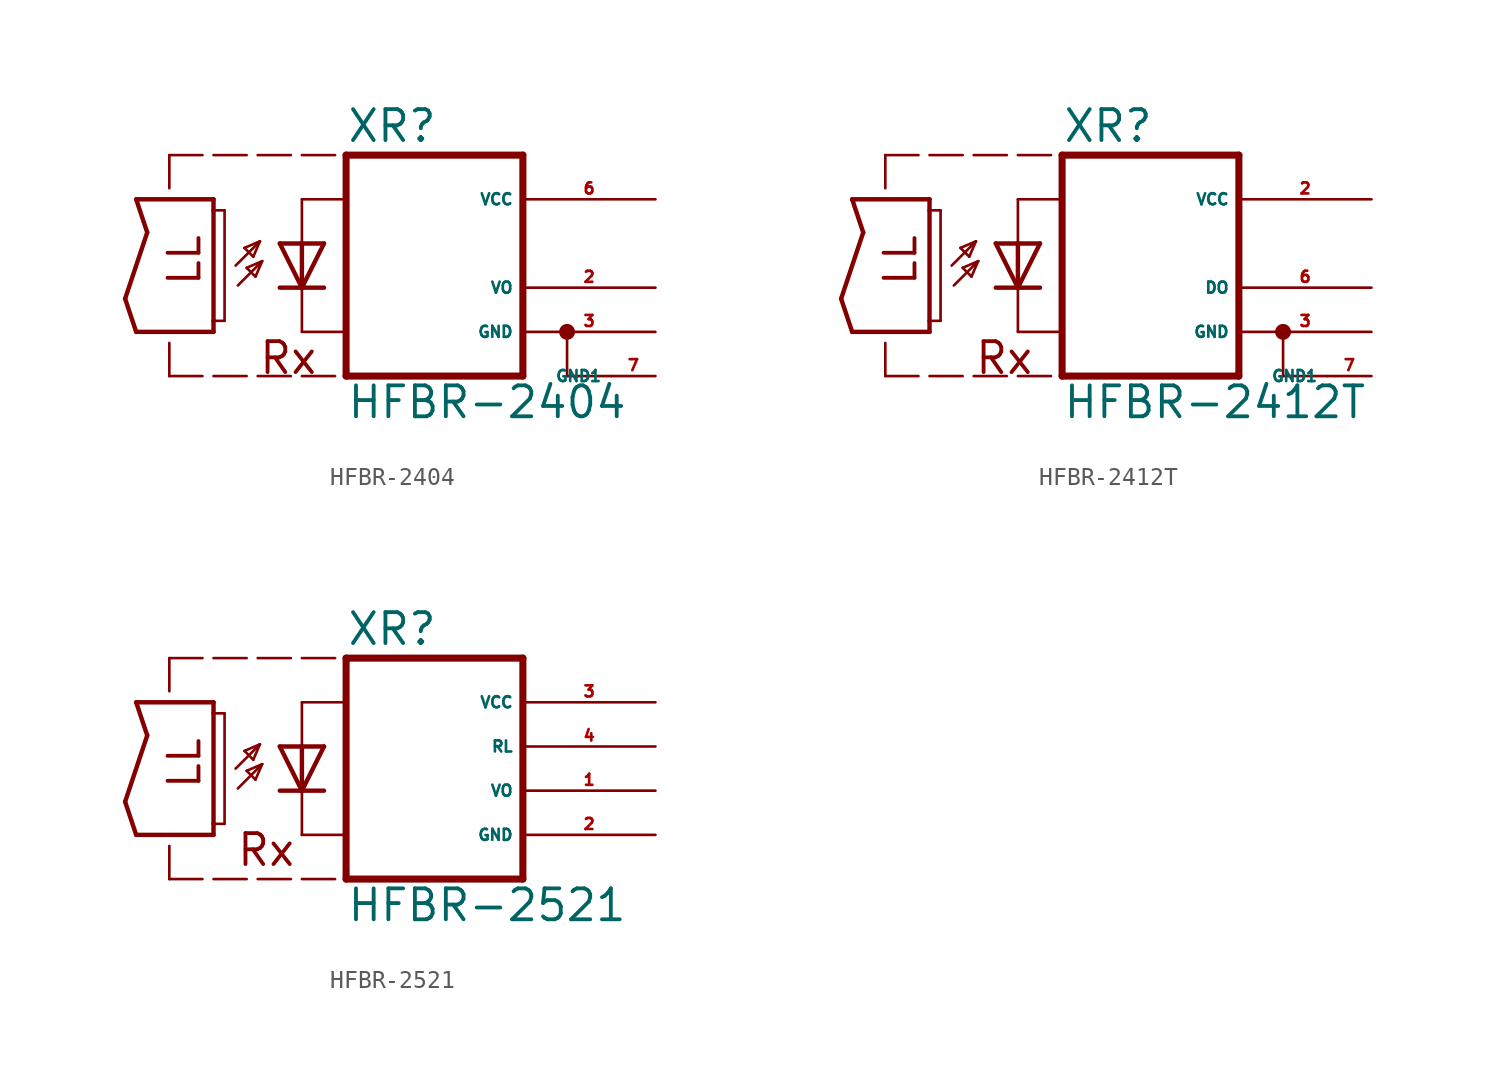
<source format=kicad_sym>
(kicad_symbol_lib
  (version 20220914)
  (generator Eagle2Kicad)
  (symbol "HFBR-2404"
    (property "Reference" "XR"
      (at 2.54 8.255 0)
      (effects (font (size 1.778 1.778) (thickness 0.22)) (justify left bottom)))
    (property "Value" "HFBR-2404"
      (at 2.54 -7.62 0)
      (effects (font (size 1.778 1.778) (thickness 0.22)) (justify left bottom)))
    (polyline
      (pts (xy 1.27 2.54) (xy 0 0))
      (stroke (width 0.254) (type default))
      (fill (type none)))
    (polyline
      (pts (xy 0 0) (xy -1.27 2.54))
      (stroke (width 0.254) (type default))
      (fill (type none)))
    (polyline
      (pts (xy 1.27 0) (xy 0 0))
      (stroke (width 0.254) (type default))
      (fill (type none)))
    (polyline
      (pts (xy 0 0) (xy -1.27 0))
      (stroke (width 0.254) (type default))
      (fill (type none)))
    (polyline
      (pts (xy 1.27 2.54) (xy 0 2.54))
      (stroke (width 0.254) (type default))
      (fill (type none)))
    (polyline
      (pts (xy 0 5.08) (xy 0 2.54))
      (stroke (width 0.152) (type default))
      (fill (type none)))
    (polyline
      (pts (xy 0 2.54) (xy -1.27 2.54))
      (stroke (width 0.254) (type default))
      (fill (type none)))
    (polyline
      (pts (xy 0 2.54) (xy 0 0))
      (stroke (width 0.254) (type default))
      (fill (type none)))
    (polyline
      (pts (xy -3.683 0.127) (xy -2.286 1.524))
      (stroke (width 0.152) (type default))
      (fill (type none)))
    (polyline
      (pts (xy -2.286 1.524) (xy -3.175 1.143))
      (stroke (width 0.152) (type default))
      (fill (type none)))
    (polyline
      (pts (xy -3.175 1.143) (xy -2.667 0.635))
      (stroke (width 0.152) (type default))
      (fill (type none)))
    (polyline
      (pts (xy -2.667 0.635) (xy -2.286 1.524))
      (stroke (width 0.152) (type default))
      (fill (type none)))
    (polyline
      (pts (xy -2.413 2.667) (xy -3.302 2.286))
      (stroke (width 0.152) (type default))
      (fill (type none)))
    (polyline
      (pts (xy -3.302 2.286) (xy -2.794 1.778))
      (stroke (width 0.152) (type default))
      (fill (type none)))
    (polyline
      (pts (xy -2.794 1.778) (xy -2.413 2.667))
      (stroke (width 0.152) (type default))
      (fill (type none)))
    (polyline
      (pts (xy -3.81 1.27) (xy -2.413 2.667))
      (stroke (width 0.152) (type default))
      (fill (type none)))
    (polyline
      (pts (xy -9.525 5.08) (xy -5.08 5.08))
      (stroke (width 0.254) (type default))
      (fill (type none)))
    (polyline
      (pts (xy -5.08 5.08) (xy -5.08 4.445))
      (stroke (width 0.254) (type default))
      (fill (type none)))
    (polyline
      (pts (xy -5.08 -2.54) (xy -9.525 -2.54))
      (stroke (width 0.254) (type default))
      (fill (type none)))
    (polyline
      (pts (xy -9.525 -2.54) (xy -10.16 -0.635))
      (stroke (width 0.254) (type default))
      (fill (type none)))
    (polyline
      (pts (xy -10.16 -0.635) (xy -8.89 3.175))
      (stroke (width 0.254) (type default))
      (fill (type none)))
    (polyline
      (pts (xy -8.89 3.175) (xy -9.525 5.08))
      (stroke (width 0.254) (type default))
      (fill (type none)))
    (polyline
      (pts (xy 0 0) (xy 0 -2.54))
      (stroke (width 0.152) (type default))
      (fill (type none)))
    (polyline
      (pts (xy 0 -2.54) (xy 2.54 -2.54))
      (stroke (width 0.152) (type default))
      (fill (type none)))
    (polyline
      (pts (xy 0 5.08) (xy 2.54 5.08))
      (stroke (width 0.152) (type default))
      (fill (type none)))
    (polyline
      (pts (xy 2.54 7.62) (xy 2.54 -5.08))
      (stroke (width 0.406) (type default))
      (fill (type none)))
    (polyline
      (pts (xy 2.54 -5.08) (xy 12.7 -5.08))
      (stroke (width 0.406) (type default))
      (fill (type none)))
    (polyline
      (pts (xy 12.7 -5.08) (xy 12.7 7.62))
      (stroke (width 0.406) (type default))
      (fill (type none)))
    (polyline
      (pts (xy 12.7 7.62) (xy 2.54 7.62))
      (stroke (width 0.406) (type default))
      (fill (type none)))
    (polyline
      (pts (xy 17.78 -5.08) (xy 15.24 -5.08))
      (stroke (width 0.152) (type default))
      (fill (type none)))
    (polyline
      (pts (xy 15.24 -5.08) (xy 15.24 -2.54))
      (stroke (width 0.152) (type default))
      (fill (type none)))
    (polyline
      (pts (xy -5.08 4.445) (xy -4.445 4.445))
      (stroke (width 0.152) (type default))
      (fill (type none)))
    (polyline
      (pts (xy -5.08 4.445) (xy -5.08 -1.905))
      (stroke (width 0.254) (type default))
      (fill (type none)))
    (polyline
      (pts (xy -4.445 4.445) (xy -4.445 -1.905))
      (stroke (width 0.152) (type default))
      (fill (type none)))
    (polyline
      (pts (xy -4.445 -1.905) (xy -5.08 -1.905))
      (stroke (width 0.152) (type default))
      (fill (type none)))
    (polyline
      (pts (xy -5.08 -1.905) (xy -5.08 -2.54))
      (stroke (width 0.254) (type default))
      (fill (type none)))
    (polyline
      (pts (xy -7.62 5.715) (xy -7.62 7.62))
      (stroke (width 0.152) (type default))
      (fill (type none)))
    (polyline
      (pts (xy -7.62 7.62) (xy -5.715 7.62))
      (stroke (width 0.152) (type default))
      (fill (type none)))
    (polyline
      (pts (xy -5.08 7.62) (xy -3.175 7.62))
      (stroke (width 0.152) (type default))
      (fill (type none)))
    (polyline
      (pts (xy -2.54 7.62) (xy -0.635 7.62))
      (stroke (width 0.152) (type default))
      (fill (type none)))
    (polyline
      (pts (xy 0 7.62) (xy 1.905 7.62))
      (stroke (width 0.152) (type default))
      (fill (type none)))
    (polyline
      (pts (xy -7.62 -3.175) (xy -7.62 -5.08))
      (stroke (width 0.152) (type default))
      (fill (type none)))
    (polyline
      (pts (xy -7.62 -5.08) (xy -5.715 -5.08))
      (stroke (width 0.152) (type default))
      (fill (type none)))
    (polyline
      (pts (xy -5.08 -5.08) (xy -3.175 -5.08))
      (stroke (width 0.152) (type default))
      (fill (type none)))
    (polyline
      (pts (xy -2.54 -5.08) (xy -0.635 -5.08))
      (stroke (width 0.152) (type default))
      (fill (type none)))
    (polyline
      (pts (xy 0 -5.08) (xy 1.905 -5.08))
      (stroke (width 0.152) (type default))
      (fill (type none)))
    (text "LL"
      (at -5.715 0 900)
      (effects (font (size 1.778 1.778) (thickness 0.22)) (justify left bottom)))
    (text "Rx"
      (at -2.54 -5.08 0)
      (effects (font (size 1.778 1.778) (thickness 0.22)) (justify left bottom)))
    (circle
      (center 15.24 -2.54)
      (radius 0.254)
      (stroke (width 0.406) (type default))
      (fill (type none)))
    (pin unspecified line
      (at 20.32 5.08 180)
      (length 7.62)
      (name "VCC" (effects (font (size 0.635 0.635) (thickness 0.08)) (justify left bottom)))
      (number "6" (effects (font (size 0.635 0.635) (thickness 0.08)) (justify left bottom))))
    (pin passive line
      (at 20.32 0 180)
      (length 7.62)
      (name "VO" (effects (font (size 0.635 0.635) (thickness 0.08)) (justify left bottom)))
      (number "2" (effects (font (size 0.635 0.635) (thickness 0.08)) (justify left bottom))))
    (pin unspecified line
      (at 20.32 -2.54 180)
      (length 7.62)
      (name "GND" (effects (font (size 0.635 0.635) (thickness 0.08)) (justify left bottom)))
      (number "3" (effects (font (size 0.635 0.635) (thickness 0.08)) (justify left bottom))))
    (pin unspecified line
      (at 20.32 -5.08 180)
      (length 2.54)
      (name "GND1" (effects (font (size 0.635 0.635) (thickness 0.08)) (justify left bottom)))
      (number "7" (effects (font (size 0.635 0.635) (thickness 0.08)) (justify left bottom)))))
  (symbol "HFBR-2412T"
    (property "Reference" "XR"
      (at 2.54 8.255 0)
      (effects (font (size 1.778 1.778) (thickness 0.22)) (justify left bottom)))
    (property "Value" "HFBR-2412T"
      (at 2.54 -7.62 0)
      (effects (font (size 1.778 1.778) (thickness 0.22)) (justify left bottom)))
    (polyline
      (pts (xy 1.27 2.54) (xy 0 0))
      (stroke (width 0.254) (type default))
      (fill (type none)))
    (polyline
      (pts (xy 0 0) (xy -1.27 2.54))
      (stroke (width 0.254) (type default))
      (fill (type none)))
    (polyline
      (pts (xy 1.27 0) (xy 0 0))
      (stroke (width 0.254) (type default))
      (fill (type none)))
    (polyline
      (pts (xy 0 0) (xy -1.27 0))
      (stroke (width 0.254) (type default))
      (fill (type none)))
    (polyline
      (pts (xy 1.27 2.54) (xy 0 2.54))
      (stroke (width 0.254) (type default))
      (fill (type none)))
    (polyline
      (pts (xy 0 5.08) (xy 0 2.54))
      (stroke (width 0.152) (type default))
      (fill (type none)))
    (polyline
      (pts (xy 0 2.54) (xy -1.27 2.54))
      (stroke (width 0.254) (type default))
      (fill (type none)))
    (polyline
      (pts (xy 0 2.54) (xy 0 0))
      (stroke (width 0.254) (type default))
      (fill (type none)))
    (polyline
      (pts (xy -3.683 0.127) (xy -2.286 1.524))
      (stroke (width 0.152) (type default))
      (fill (type none)))
    (polyline
      (pts (xy -2.286 1.524) (xy -3.175 1.143))
      (stroke (width 0.152) (type default))
      (fill (type none)))
    (polyline
      (pts (xy -3.175 1.143) (xy -2.667 0.635))
      (stroke (width 0.152) (type default))
      (fill (type none)))
    (polyline
      (pts (xy -2.667 0.635) (xy -2.286 1.524))
      (stroke (width 0.152) (type default))
      (fill (type none)))
    (polyline
      (pts (xy -2.413 2.667) (xy -3.302 2.286))
      (stroke (width 0.152) (type default))
      (fill (type none)))
    (polyline
      (pts (xy -3.302 2.286) (xy -2.794 1.778))
      (stroke (width 0.152) (type default))
      (fill (type none)))
    (polyline
      (pts (xy -2.794 1.778) (xy -2.413 2.667))
      (stroke (width 0.152) (type default))
      (fill (type none)))
    (polyline
      (pts (xy -3.81 1.27) (xy -2.413 2.667))
      (stroke (width 0.152) (type default))
      (fill (type none)))
    (polyline
      (pts (xy -9.525 5.08) (xy -5.08 5.08))
      (stroke (width 0.254) (type default))
      (fill (type none)))
    (polyline
      (pts (xy -5.08 5.08) (xy -5.08 4.445))
      (stroke (width 0.254) (type default))
      (fill (type none)))
    (polyline
      (pts (xy -5.08 -2.54) (xy -9.525 -2.54))
      (stroke (width 0.254) (type default))
      (fill (type none)))
    (polyline
      (pts (xy -9.525 -2.54) (xy -10.16 -0.635))
      (stroke (width 0.254) (type default))
      (fill (type none)))
    (polyline
      (pts (xy -10.16 -0.635) (xy -8.89 3.175))
      (stroke (width 0.254) (type default))
      (fill (type none)))
    (polyline
      (pts (xy -8.89 3.175) (xy -9.525 5.08))
      (stroke (width 0.254) (type default))
      (fill (type none)))
    (polyline
      (pts (xy 0 0) (xy 0 -2.54))
      (stroke (width 0.152) (type default))
      (fill (type none)))
    (polyline
      (pts (xy 0 -2.54) (xy 2.54 -2.54))
      (stroke (width 0.152) (type default))
      (fill (type none)))
    (polyline
      (pts (xy 0 5.08) (xy 2.54 5.08))
      (stroke (width 0.152) (type default))
      (fill (type none)))
    (polyline
      (pts (xy 2.54 7.62) (xy 2.54 -5.08))
      (stroke (width 0.406) (type default))
      (fill (type none)))
    (polyline
      (pts (xy 2.54 -5.08) (xy 12.7 -5.08))
      (stroke (width 0.406) (type default))
      (fill (type none)))
    (polyline
      (pts (xy 12.7 -5.08) (xy 12.7 7.62))
      (stroke (width 0.406) (type default))
      (fill (type none)))
    (polyline
      (pts (xy 12.7 7.62) (xy 2.54 7.62))
      (stroke (width 0.406) (type default))
      (fill (type none)))
    (polyline
      (pts (xy 17.78 -5.08) (xy 15.24 -5.08))
      (stroke (width 0.152) (type default))
      (fill (type none)))
    (polyline
      (pts (xy 15.24 -5.08) (xy 15.24 -2.54))
      (stroke (width 0.152) (type default))
      (fill (type none)))
    (polyline
      (pts (xy -5.08 4.445) (xy -4.445 4.445))
      (stroke (width 0.152) (type default))
      (fill (type none)))
    (polyline
      (pts (xy -5.08 4.445) (xy -5.08 -1.905))
      (stroke (width 0.254) (type default))
      (fill (type none)))
    (polyline
      (pts (xy -4.445 4.445) (xy -4.445 -1.905))
      (stroke (width 0.152) (type default))
      (fill (type none)))
    (polyline
      (pts (xy -4.445 -1.905) (xy -5.08 -1.905))
      (stroke (width 0.152) (type default))
      (fill (type none)))
    (polyline
      (pts (xy -5.08 -1.905) (xy -5.08 -2.54))
      (stroke (width 0.254) (type default))
      (fill (type none)))
    (polyline
      (pts (xy -7.62 5.715) (xy -7.62 7.62))
      (stroke (width 0.152) (type default))
      (fill (type none)))
    (polyline
      (pts (xy -7.62 7.62) (xy -5.715 7.62))
      (stroke (width 0.152) (type default))
      (fill (type none)))
    (polyline
      (pts (xy -5.08 7.62) (xy -3.175 7.62))
      (stroke (width 0.152) (type default))
      (fill (type none)))
    (polyline
      (pts (xy -2.54 7.62) (xy -0.635 7.62))
      (stroke (width 0.152) (type default))
      (fill (type none)))
    (polyline
      (pts (xy 0 7.62) (xy 1.905 7.62))
      (stroke (width 0.152) (type default))
      (fill (type none)))
    (polyline
      (pts (xy -7.62 -3.175) (xy -7.62 -5.08))
      (stroke (width 0.152) (type default))
      (fill (type none)))
    (polyline
      (pts (xy -7.62 -5.08) (xy -5.715 -5.08))
      (stroke (width 0.152) (type default))
      (fill (type none)))
    (polyline
      (pts (xy -5.08 -5.08) (xy -3.175 -5.08))
      (stroke (width 0.152) (type default))
      (fill (type none)))
    (polyline
      (pts (xy -2.54 -5.08) (xy -0.635 -5.08))
      (stroke (width 0.152) (type default))
      (fill (type none)))
    (polyline
      (pts (xy 0 -5.08) (xy 1.905 -5.08))
      (stroke (width 0.152) (type default))
      (fill (type none)))
    (text "LL"
      (at -5.715 0 900)
      (effects (font (size 1.778 1.778) (thickness 0.22)) (justify left bottom)))
    (text "Rx"
      (at -2.54 -5.08 0)
      (effects (font (size 1.778 1.778) (thickness 0.22)) (justify left bottom)))
    (circle
      (center 15.24 -2.54)
      (radius 0.254)
      (stroke (width 0.406) (type default))
      (fill (type none)))
    (pin unspecified line
      (at 20.32 5.08 180)
      (length 7.62)
      (name "VCC" (effects (font (size 0.635 0.635) (thickness 0.08)) (justify left bottom)))
      (number "2" (effects (font (size 0.635 0.635) (thickness 0.08)) (justify left bottom))))
    (pin passive line
      (at 20.32 0 180)
      (length 7.62)
      (name "DO" (effects (font (size 0.635 0.635) (thickness 0.08)) (justify left bottom)))
      (number "6" (effects (font (size 0.635 0.635) (thickness 0.08)) (justify left bottom))))
    (pin unspecified line
      (at 20.32 -2.54 180)
      (length 7.62)
      (name "GND" (effects (font (size 0.635 0.635) (thickness 0.08)) (justify left bottom)))
      (number "3" (effects (font (size 0.635 0.635) (thickness 0.08)) (justify left bottom))))
    (pin unspecified line
      (at 20.32 -5.08 180)
      (length 2.54)
      (name "GND1" (effects (font (size 0.635 0.635) (thickness 0.08)) (justify left bottom)))
      (number "7" (effects (font (size 0.635 0.635) (thickness 0.08)) (justify left bottom)))))
  (symbol "HFBR-2521"
    (property "Reference" "XR"
      (at 2.54 8.255 0)
      (effects (font (size 1.778 1.778) (thickness 0.22)) (justify left bottom)))
    (property "Value" "HFBR-2521"
      (at 2.54 -7.62 0)
      (effects (font (size 1.778 1.778) (thickness 0.22)) (justify left bottom)))
    (polyline
      (pts (xy 1.27 2.54) (xy 0 0))
      (stroke (width 0.254) (type default))
      (fill (type none)))
    (polyline
      (pts (xy 0 0) (xy -1.27 2.54))
      (stroke (width 0.254) (type default))
      (fill (type none)))
    (polyline
      (pts (xy 1.27 0) (xy 0 0))
      (stroke (width 0.254) (type default))
      (fill (type none)))
    (polyline
      (pts (xy 0 0) (xy -1.27 0))
      (stroke (width 0.254) (type default))
      (fill (type none)))
    (polyline
      (pts (xy 1.27 2.54) (xy 0 2.54))
      (stroke (width 0.254) (type default))
      (fill (type none)))
    (polyline
      (pts (xy 0 5.08) (xy 0 2.54))
      (stroke (width 0.152) (type default))
      (fill (type none)))
    (polyline
      (pts (xy 0 2.54) (xy -1.27 2.54))
      (stroke (width 0.254) (type default))
      (fill (type none)))
    (polyline
      (pts (xy 0 2.54) (xy 0 0))
      (stroke (width 0.254) (type default))
      (fill (type none)))
    (polyline
      (pts (xy -3.683 0.127) (xy -2.286 1.524))
      (stroke (width 0.152) (type default))
      (fill (type none)))
    (polyline
      (pts (xy -2.286 1.524) (xy -3.175 1.143))
      (stroke (width 0.152) (type default))
      (fill (type none)))
    (polyline
      (pts (xy -3.175 1.143) (xy -2.667 0.635))
      (stroke (width 0.152) (type default))
      (fill (type none)))
    (polyline
      (pts (xy -2.667 0.635) (xy -2.286 1.524))
      (stroke (width 0.152) (type default))
      (fill (type none)))
    (polyline
      (pts (xy -2.413 2.667) (xy -3.302 2.286))
      (stroke (width 0.152) (type default))
      (fill (type none)))
    (polyline
      (pts (xy -3.302 2.286) (xy -2.794 1.778))
      (stroke (width 0.152) (type default))
      (fill (type none)))
    (polyline
      (pts (xy -2.794 1.778) (xy -2.413 2.667))
      (stroke (width 0.152) (type default))
      (fill (type none)))
    (polyline
      (pts (xy -3.81 1.27) (xy -2.413 2.667))
      (stroke (width 0.152) (type default))
      (fill (type none)))
    (polyline
      (pts (xy -9.525 5.08) (xy -5.08 5.08))
      (stroke (width 0.254) (type default))
      (fill (type none)))
    (polyline
      (pts (xy -5.08 5.08) (xy -5.08 4.445))
      (stroke (width 0.254) (type default))
      (fill (type none)))
    (polyline
      (pts (xy -5.08 -2.54) (xy -9.525 -2.54))
      (stroke (width 0.254) (type default))
      (fill (type none)))
    (polyline
      (pts (xy -9.525 -2.54) (xy -10.16 -0.635))
      (stroke (width 0.254) (type default))
      (fill (type none)))
    (polyline
      (pts (xy -10.16 -0.635) (xy -8.89 3.175))
      (stroke (width 0.254) (type default))
      (fill (type none)))
    (polyline
      (pts (xy -8.89 3.175) (xy -9.525 5.08))
      (stroke (width 0.254) (type default))
      (fill (type none)))
    (polyline
      (pts (xy 0 0) (xy 0 -2.54))
      (stroke (width 0.152) (type default))
      (fill (type none)))
    (polyline
      (pts (xy 0 -2.54) (xy 2.54 -2.54))
      (stroke (width 0.152) (type default))
      (fill (type none)))
    (polyline
      (pts (xy 0 5.08) (xy 2.54 5.08))
      (stroke (width 0.152) (type default))
      (fill (type none)))
    (polyline
      (pts (xy 2.54 7.62) (xy 2.54 -5.08))
      (stroke (width 0.406) (type default))
      (fill (type none)))
    (polyline
      (pts (xy 2.54 -5.08) (xy 12.7 -5.08))
      (stroke (width 0.406) (type default))
      (fill (type none)))
    (polyline
      (pts (xy 12.7 -5.08) (xy 12.7 7.62))
      (stroke (width 0.406) (type default))
      (fill (type none)))
    (polyline
      (pts (xy 12.7 7.62) (xy 2.54 7.62))
      (stroke (width 0.406) (type default))
      (fill (type none)))
    (polyline
      (pts (xy -5.08 4.445) (xy -4.445 4.445))
      (stroke (width 0.152) (type default))
      (fill (type none)))
    (polyline
      (pts (xy -5.08 4.445) (xy -5.08 -1.905))
      (stroke (width 0.254) (type default))
      (fill (type none)))
    (polyline
      (pts (xy -4.445 4.445) (xy -4.445 -1.905))
      (stroke (width 0.152) (type default))
      (fill (type none)))
    (polyline
      (pts (xy -4.445 -1.905) (xy -5.08 -1.905))
      (stroke (width 0.152) (type default))
      (fill (type none)))
    (polyline
      (pts (xy -5.08 -1.905) (xy -5.08 -2.54))
      (stroke (width 0.254) (type default))
      (fill (type none)))
    (polyline
      (pts (xy -7.62 5.715) (xy -7.62 7.62))
      (stroke (width 0.152) (type default))
      (fill (type none)))
    (polyline
      (pts (xy -7.62 7.62) (xy -5.715 7.62))
      (stroke (width 0.152) (type default))
      (fill (type none)))
    (polyline
      (pts (xy -5.08 7.62) (xy -3.175 7.62))
      (stroke (width 0.152) (type default))
      (fill (type none)))
    (polyline
      (pts (xy -2.54 7.62) (xy -0.635 7.62))
      (stroke (width 0.152) (type default))
      (fill (type none)))
    (polyline
      (pts (xy -7.62 -3.175) (xy -7.62 -5.08))
      (stroke (width 0.152) (type default))
      (fill (type none)))
    (polyline
      (pts (xy -7.62 -5.08) (xy -5.715 -5.08))
      (stroke (width 0.152) (type default))
      (fill (type none)))
    (polyline
      (pts (xy -5.08 -5.08) (xy -3.175 -5.08))
      (stroke (width 0.152) (type default))
      (fill (type none)))
    (polyline
      (pts (xy -2.54 -5.08) (xy -0.635 -5.08))
      (stroke (width 0.152) (type default))
      (fill (type none)))
    (polyline
      (pts (xy 0 -5.08) (xy 1.905 -5.08))
      (stroke (width 0.152) (type default))
      (fill (type none)))
    (polyline
      (pts (xy 0 7.62) (xy 1.905 7.62))
      (stroke (width 0.152) (type default))
      (fill (type none)))
    (text "LL"
      (at -5.715 0 900)
      (effects (font (size 1.778 1.778) (thickness 0.22)) (justify left bottom)))
    (text "Rx"
      (at -3.81 -4.445 0)
      (effects (font (size 1.778 1.778) (thickness 0.22)) (justify left bottom)))
    (pin unspecified line
      (at 20.32 5.08 180)
      (length 7.62)
      (name "VCC" (effects (font (size 0.635 0.635) (thickness 0.08)) (justify left bottom)))
      (number "3" (effects (font (size 0.635 0.635) (thickness 0.08)) (justify left bottom))))
    (pin passive line
      (at 20.32 2.54 180)
      (length 7.62)
      (name "RL" (effects (font (size 0.635 0.635) (thickness 0.08)) (justify left bottom)))
      (number "4" (effects (font (size 0.635 0.635) (thickness 0.08)) (justify left bottom))))
    (pin passive line
      (at 20.32 0 180)
      (length 7.62)
      (name "VO" (effects (font (size 0.635 0.635) (thickness 0.08)) (justify left bottom)))
      (number "1" (effects (font (size 0.635 0.635) (thickness 0.08)) (justify left bottom))))
    (pin unspecified line
      (at 20.32 -2.54 180)
      (length 7.62)
      (name "GND" (effects (font (size 0.635 0.635) (thickness 0.08)) (justify left bottom)))
      (number "2" (effects (font (size 0.635 0.635) (thickness 0.08)) (justify left bottom))))))
</source>
